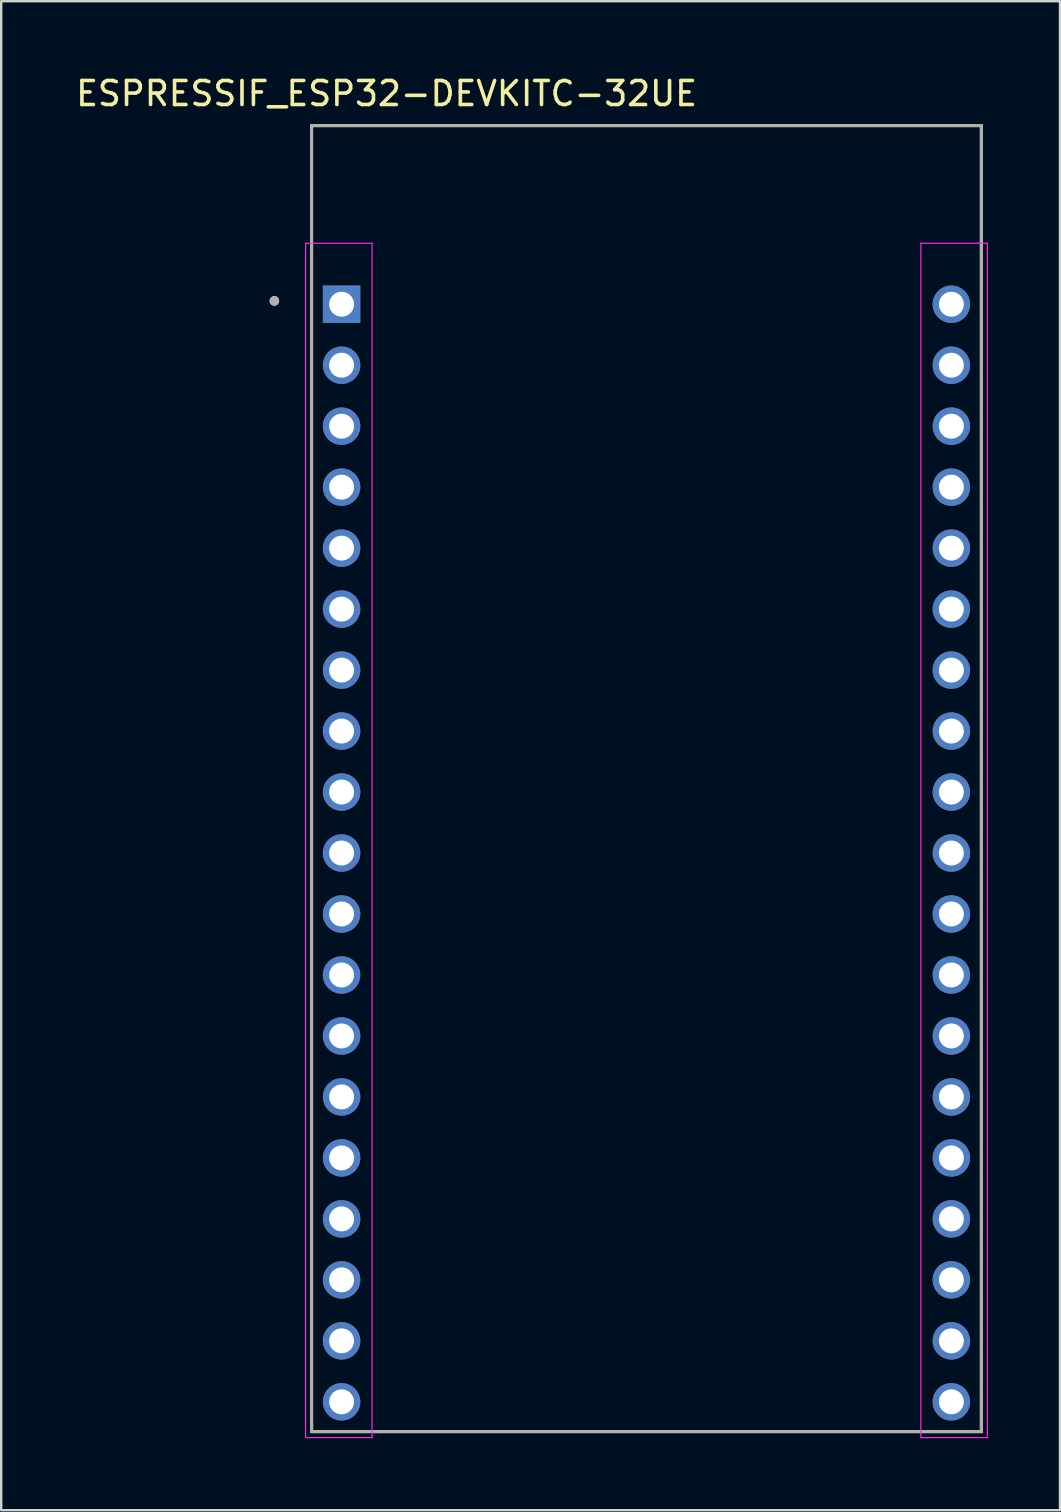
<source format=kicad_pcb>
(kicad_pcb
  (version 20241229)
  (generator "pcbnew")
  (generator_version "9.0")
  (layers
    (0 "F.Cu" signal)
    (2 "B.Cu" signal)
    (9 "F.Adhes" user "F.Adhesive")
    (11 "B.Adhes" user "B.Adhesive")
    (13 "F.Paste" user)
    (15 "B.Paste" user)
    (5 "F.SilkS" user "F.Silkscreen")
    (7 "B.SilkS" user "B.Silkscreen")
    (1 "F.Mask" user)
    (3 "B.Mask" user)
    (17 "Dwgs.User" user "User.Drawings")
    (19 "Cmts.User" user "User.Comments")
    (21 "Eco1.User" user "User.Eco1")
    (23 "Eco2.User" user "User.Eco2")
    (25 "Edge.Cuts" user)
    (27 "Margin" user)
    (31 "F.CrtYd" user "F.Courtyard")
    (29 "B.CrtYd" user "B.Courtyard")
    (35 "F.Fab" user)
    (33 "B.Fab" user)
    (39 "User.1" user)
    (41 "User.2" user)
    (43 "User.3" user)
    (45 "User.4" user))
  (footprint "ESPRESSIF_ESP32-DEVKITC-32UE"
    (layer "F.Cu")
    (at 23.879 32.483)
    (property "Reference" "ESPRESSIF_ESP32-DEVKITC-32UE" (at -10.825 -31.635 0) (layer "F.SilkS") (effects (font (size 1 1) (thickness 0.15))))
    (attr through_hole)
    (fp_line (start -13.95 -30.3) (end 13.95 -30.3) (stroke (width 0.127) (type solid)) (layer "F.SilkS"))
    (fp_line (start -13.95 24.1) (end -13.95 -30.3) (stroke (width 0.127) (type solid)) (layer "F.SilkS"))
    (fp_line (start 13.95 -30.3) (end 13.95 24.1) (stroke (width 0.127) (type solid)) (layer "F.SilkS"))
    (fp_line (start 13.95 24.1) (end -13.95 24.1) (stroke (width 0.127) (type solid)) (layer "F.SilkS"))
    (fp_circle (center -15.5 -23) (end -15.4 -23) (stroke (width 0.2) (type solid)) (fill no) (layer "F.SilkS"))
    (fp_line (start -14.2 -25.4) (end -11.43 -25.4) (stroke (width 0.05) (type solid)) (layer "F.CrtYd"))
    (fp_line (start -14.2 24.35) (end -14.2 -25.4) (stroke (width 0.05) (type solid)) (layer "F.CrtYd"))
    (fp_line (start -11.43 24.35) (end -14.2 24.35) (stroke (width 0.05) (type solid)) (layer "F.CrtYd"))
    (fp_line (start -11.43 24.35) (end -11.43 -25.4) (stroke (width 0.05) (type solid)) (layer "F.CrtYd"))
    (fp_line (start 11.43 -25.4) (end 14.2 -25.4) (stroke (width 0.05) (type solid)) (layer "F.CrtYd"))
    (fp_line (start 11.43 24.35) (end 11.43 -25.4) (stroke (width 0.05) (type solid)) (layer "F.CrtYd"))
    (fp_line (start 11.43 24.35) (end 14.2 24.35) (stroke (width 0.05) (type solid)) (layer "F.CrtYd"))
    (fp_line (start 14.2 -25.4) (end 14.2 24.35) (stroke (width 0.05) (type solid)) (layer "F.CrtYd"))
    (fp_line (start -13.95 -30.3) (end 13.95 -30.3) (stroke (width 0.127) (type solid)) (layer "F.Fab"))
    (fp_line (start -13.95 24.1) (end -13.95 -30.3) (stroke (width 0.127) (type solid)) (layer "F.Fab"))
    (fp_line (start 13.95 -30.3) (end 13.95 24.1) (stroke (width 0.127) (type solid)) (layer "F.Fab"))
    (fp_line (start 13.95 24.1) (end -13.95 24.1) (stroke (width 0.127) (type solid)) (layer "F.Fab"))
    (fp_circle (center -15.5 -23) (end -15.4 -23) (stroke (width 0.2) (type solid)) (fill no) (layer "F.Fab"))
    (pad "1" thru_hole rect (at -12.7 -22.86) (size 1.56 1.56) (drill 1.04) (layers "*.Cu" "*.Mask"))
    (pad "2" thru_hole circle (at -12.7 -20.32) (size 1.56 1.56) (drill 1.04) (layers "*.Cu" "*.Mask"))
    (pad "3" thru_hole circle (at -12.7 -17.78) (size 1.56 1.56) (drill 1.04) (layers "*.Cu" "*.Mask"))
    (pad "4" thru_hole circle (at -12.7 -15.24) (size 1.56 1.56) (drill 1.04) (layers "*.Cu" "*.Mask"))
    (pad "5" thru_hole circle (at -12.7 -12.7) (size 1.56 1.56) (drill 1.04) (layers "*.Cu" "*.Mask"))
    (pad "6" thru_hole circle (at -12.7 -10.16) (size 1.56 1.56) (drill 1.04) (layers "*.Cu" "*.Mask"))
    (pad "7" thru_hole circle (at -12.7 -7.62) (size 1.56 1.56) (drill 1.04) (layers "*.Cu" "*.Mask"))
    (pad "8" thru_hole circle (at -12.7 -5.08) (size 1.56 1.56) (drill 1.04) (layers "*.Cu" "*.Mask"))
    (pad "9" thru_hole circle (at -12.7 -2.54) (size 1.56 1.56) (drill 1.04) (layers "*.Cu" "*.Mask"))
    (pad "10" thru_hole circle (at -12.7 0) (size 1.56 1.56) (drill 1.04) (layers "*.Cu" "*.Mask"))
    (pad "11" thru_hole circle (at -12.7 2.54) (size 1.56 1.56) (drill 1.04) (layers "*.Cu" "*.Mask"))
    (pad "12" thru_hole circle (at -12.7 5.08) (size 1.56 1.56) (drill 1.04) (layers "*.Cu" "*.Mask"))
    (pad "13" thru_hole circle (at -12.7 7.62) (size 1.56 1.56) (drill 1.04) (layers "*.Cu" "*.Mask"))
    (pad "14" thru_hole circle (at -12.7 10.16) (size 1.56 1.56) (drill 1.04) (layers "*.Cu" "*.Mask"))
    (pad "15" thru_hole circle (at -12.7 12.7) (size 1.56 1.56) (drill 1.04) (layers "*.Cu" "*.Mask"))
    (pad "16" thru_hole circle (at -12.7 15.24) (size 1.56 1.56) (drill 1.04) (layers "*.Cu" "*.Mask"))
    (pad "17" thru_hole circle (at -12.7 17.78) (size 1.56 1.56) (drill 1.04) (layers "*.Cu" "*.Mask"))
    (pad "18" thru_hole circle (at -12.7 20.32) (size 1.56 1.56) (drill 1.04) (layers "*.Cu" "*.Mask"))
    (pad "19" thru_hole circle (at -12.7 22.86) (size 1.56 1.56) (drill 1.04) (layers "*.Cu" "*.Mask"))
    (pad "20" thru_hole circle (at 12.7 -22.86) (size 1.56 1.56) (drill 1.04) (layers "*.Cu" "*.Mask"))
    (pad "21" thru_hole circle (at 12.7 -20.32) (size 1.56 1.56) (drill 1.04) (layers "*.Cu" "*.Mask"))
    (pad "22" thru_hole circle (at 12.7 -17.78) (size 1.56 1.56) (drill 1.04) (layers "*.Cu" "*.Mask"))
    (pad "23" thru_hole circle (at 12.7 -15.24) (size 1.56 1.56) (drill 1.04) (layers "*.Cu" "*.Mask"))
    (pad "24" thru_hole circle (at 12.7 -12.7) (size 1.56 1.56) (drill 1.04) (layers "*.Cu" "*.Mask"))
    (pad "25" thru_hole circle (at 12.7 -10.16) (size 1.56 1.56) (drill 1.04) (layers "*.Cu" "*.Mask"))
    (pad "26" thru_hole circle (at 12.7 -7.62) (size 1.56 1.56) (drill 1.04) (layers "*.Cu" "*.Mask"))
    (pad "27" thru_hole circle (at 12.7 -5.08) (size 1.56 1.56) (drill 1.04) (layers "*.Cu" "*.Mask"))
    (pad "28" thru_hole circle (at 12.7 -2.54) (size 1.56 1.56) (drill 1.04) (layers "*.Cu" "*.Mask"))
    (pad "29" thru_hole circle (at 12.7 0) (size 1.56 1.56) (drill 1.04) (layers "*.Cu" "*.Mask"))
    (pad "30" thru_hole circle (at 12.7 2.54) (size 1.56 1.56) (drill 1.04) (layers "*.Cu" "*.Mask"))
    (pad "31" thru_hole circle (at 12.7 5.08) (size 1.56 1.56) (drill 1.04) (layers "*.Cu" "*.Mask"))
    (pad "32" thru_hole circle (at 12.7 7.62) (size 1.56 1.56) (drill 1.04) (layers "*.Cu" "*.Mask"))
    (pad "33" thru_hole circle (at 12.7 10.16) (size 1.56 1.56) (drill 1.04) (layers "*.Cu" "*.Mask"))
    (pad "34" thru_hole circle (at 12.7 12.7) (size 1.56 1.56) (drill 1.04) (layers "*.Cu" "*.Mask"))
    (pad "35" thru_hole circle (at 12.7 15.24) (size 1.56 1.56) (drill 1.04) (layers "*.Cu" "*.Mask"))
    (pad "36" thru_hole circle (at 12.7 17.78) (size 1.56 1.56) (drill 1.04) (layers "*.Cu" "*.Mask"))
    (pad "37" thru_hole circle (at 12.7 20.32) (size 1.56 1.56) (drill 1.04) (layers "*.Cu" "*.Mask"))
    (pad "38" thru_hole circle (at 12.7 22.86) (size 1.56 1.56) (drill 1.04) (layers "*.Cu" "*.Mask")))
  (gr_rect
    (start -3 -3)
    (end 41.104 59.858)
    (stroke (width 0.1) (type default))
    (fill no)
    (layer "Edge.Cuts")))
</source>
